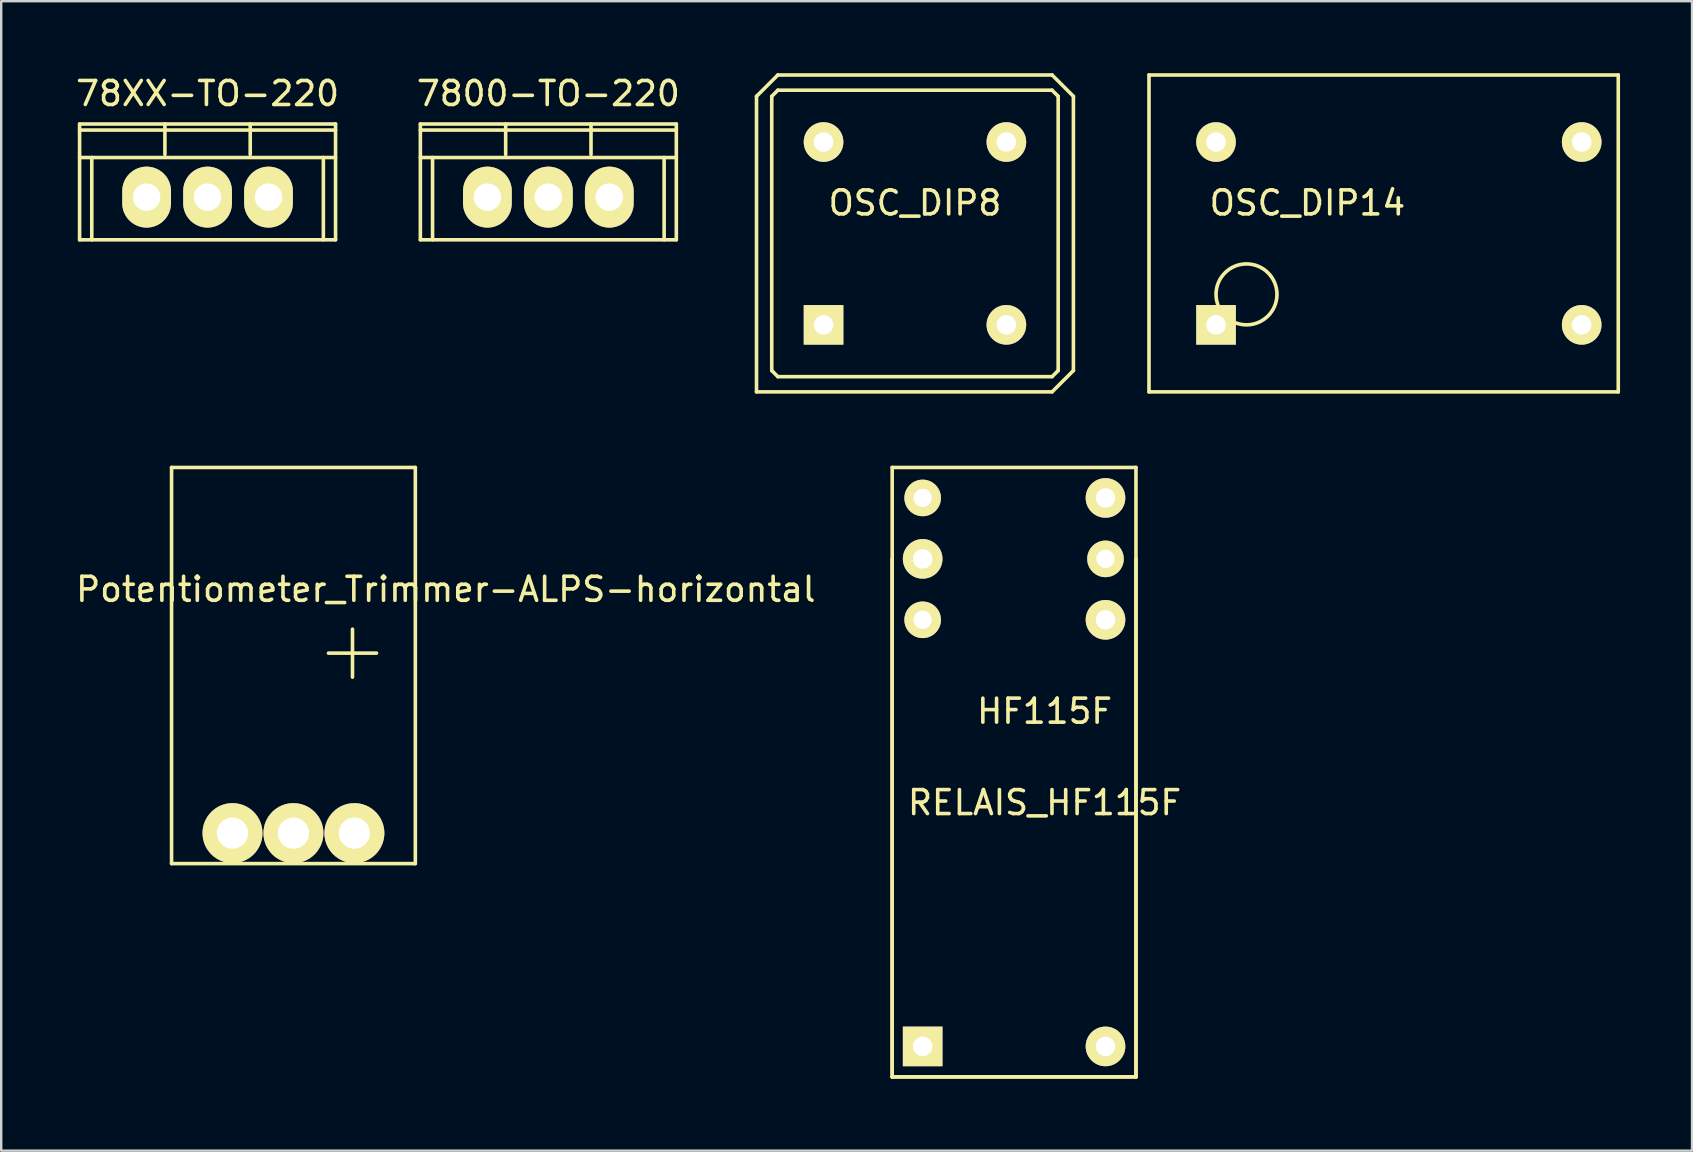
<source format=kicad_pcb>
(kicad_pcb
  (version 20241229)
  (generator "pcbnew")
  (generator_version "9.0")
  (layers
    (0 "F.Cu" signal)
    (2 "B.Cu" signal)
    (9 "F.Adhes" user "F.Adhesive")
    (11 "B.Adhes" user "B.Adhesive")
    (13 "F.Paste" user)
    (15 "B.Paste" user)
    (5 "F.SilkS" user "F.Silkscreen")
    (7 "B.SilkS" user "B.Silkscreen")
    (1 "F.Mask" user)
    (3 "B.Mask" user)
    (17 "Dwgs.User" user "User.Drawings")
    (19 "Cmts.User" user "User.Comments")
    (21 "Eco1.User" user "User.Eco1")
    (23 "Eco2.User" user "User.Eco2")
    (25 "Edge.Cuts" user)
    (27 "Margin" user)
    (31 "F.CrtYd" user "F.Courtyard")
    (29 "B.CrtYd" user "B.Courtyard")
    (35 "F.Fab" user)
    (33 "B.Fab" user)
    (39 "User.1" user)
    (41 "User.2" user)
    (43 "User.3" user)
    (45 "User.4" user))
  (footprint "OSC_DIP14"
    (layer "F.Cu")
    (at 51.442 6.679)
    (property "Reference" "OSC_DIP14" (at 0 -1.27 0) (layer "F.SilkS") (effects (font (size 1 1) (thickness 0.15))))
    (attr through_hole)
    (fp_line (start -6.604 -6.604) (end 12.954 -6.604) (stroke (width 0.15) (type solid)) (layer "F.SilkS"))
    (fp_line (start -6.604 6.604) (end -6.604 -6.604) (stroke (width 0.15) (type solid)) (layer "F.SilkS"))
    (fp_line (start 12.954 -6.604) (end 12.954 6.604) (stroke (width 0.15) (type solid)) (layer "F.SilkS"))
    (fp_line (start 12.954 6.604) (end -6.604 6.604) (stroke (width 0.15) (type solid)) (layer "F.SilkS"))
    (fp_circle (center -2.54 2.54) (end -1.27 2.54) (stroke (width 0.15) (type solid)) (fill no) (layer "F.SilkS"))
    (pad "7" thru_hole circle (at 11.43 3.81) (size 1.651 1.651) (drill 0.813) (layers "*.Cu" "*.Mask" "F.SilkS"))
    (pad "8" thru_hole circle (at 11.43 -3.81) (size 1.651 1.651) (drill 0.813) (layers "*.Cu" "*.Mask" "F.SilkS"))
    (pad "14" thru_hole circle (at -3.81 -3.81) (size 1.651 1.651) (drill 0.813) (layers "*.Cu" "*.Mask" "F.SilkS"))
    (pad "NC" thru_hole rect (at -3.81 3.81) (size 1.651 1.651) (drill 0.813) (layers "*.Cu" "*.Mask" "F.SilkS")))
  (footprint "OSC_DIP8"
    (layer "F.Cu")
    (at 35.084 6.679)
    (property "Reference" "OSC_DIP8" (at 0 -1.27 0) (layer "F.SilkS") (effects (font (size 1 1) (thickness 0.15))))
    (attr through_hole)
    (fp_line (start -6.604 -5.715) (end -6.604 6.604) (stroke (width 0.15) (type solid)) (layer "F.SilkS"))
    (fp_line (start -6.604 6.604) (end 5.715 6.604) (stroke (width 0.15) (type solid)) (layer "F.SilkS"))
    (fp_line (start -5.969 -5.715) (end -5.969 5.715) (stroke (width 0.15) (type solid)) (layer "F.SilkS"))
    (fp_line (start -5.969 5.715) (end -5.715 5.969) (stroke (width 0.15) (type solid)) (layer "F.SilkS"))
    (fp_line (start -5.715 -6.604) (end -6.604 -5.715) (stroke (width 0.15) (type solid)) (layer "F.SilkS"))
    (fp_line (start -5.715 -5.969) (end -5.969 -5.715) (stroke (width 0.15) (type solid)) (layer "F.SilkS"))
    (fp_line (start -5.715 5.969) (end 5.715 5.969) (stroke (width 0.15) (type solid)) (layer "F.SilkS"))
    (fp_line (start 5.715 -6.604) (end -5.715 -6.604) (stroke (width 0.15) (type solid)) (layer "F.SilkS"))
    (fp_line (start 5.715 -5.969) (end -5.715 -5.969) (stroke (width 0.15) (type solid)) (layer "F.SilkS"))
    (fp_line (start 5.715 5.969) (end 5.969 5.715) (stroke (width 0.15) (type solid)) (layer "F.SilkS"))
    (fp_line (start 5.715 6.604) (end 6.604 5.715) (stroke (width 0.15) (type solid)) (layer "F.SilkS"))
    (fp_line (start 5.969 -5.715) (end 5.715 -5.969) (stroke (width 0.15) (type solid)) (layer "F.SilkS"))
    (fp_line (start 5.969 5.715) (end 5.969 -5.715) (stroke (width 0.15) (type solid)) (layer "F.SilkS"))
    (fp_line (start 6.604 -5.715) (end 5.715 -6.604) (stroke (width 0.15) (type solid)) (layer "F.SilkS"))
    (fp_line (start 6.604 5.715) (end 6.604 -5.715) (stroke (width 0.15) (type solid)) (layer "F.SilkS"))
    (pad "1" thru_hole rect (at -3.81 3.81) (size 1.651 1.651) (drill 0.813) (layers "*.Cu" "*.Mask" "F.SilkS"))
    (pad "4" thru_hole circle (at 3.81 3.81) (size 1.651 1.651) (drill 0.813) (layers "*.Cu" "*.Mask" "F.SilkS"))
    (pad "5" thru_hole circle (at 3.81 -3.81) (size 1.651 1.651) (drill 0.813) (layers "*.Cu" "*.Mask" "F.SilkS"))
    (pad "8" thru_hole circle (at -3.81 -3.81) (size 1.651 1.651) (drill 0.813) (layers "*.Cu" "*.Mask" "F.SilkS")))
  (footprint "RELAIS_HF115F"
    (layer "F.Cu")
    (at 40.485 40.563)
    (property "Reference" "RELAIS_HF115F" (at 0 -10.16 0) (layer "F.SilkS") (effects (font (size 1 1) (thickness 0.15))))
    (attr through_hole)
    (fp_line (start -6.35 -24.13) (end -6.35 1.27) (stroke (width 0.15) (type solid)) (layer "F.SilkS"))
    (fp_line (start -6.35 -20.32) (end -6.35 1.27) (stroke (width 0.15) (type solid)) (layer "F.SilkS"))
    (fp_line (start -6.35 1.27) (end 3.81 1.27) (stroke (width 0.15) (type solid)) (layer "F.SilkS"))
    (fp_line (start -6.35 1.27) (end 3.81 1.27) (stroke (width 0.15) (type solid)) (layer "F.SilkS"))
    (fp_line (start 3.81 -24.13) (end -6.35 -24.13) (stroke (width 0.15) (type solid)) (layer "F.SilkS"))
    (fp_line (start 3.81 1.27) (end 3.81 -24.13) (stroke (width 0.15) (type solid)) (layer "F.SilkS"))
    (fp_line (start 3.81 1.27) (end 3.81 -20.32) (stroke (width 0.15) (type solid)) (layer "F.SilkS"))
    (fp_text user "HF115F" (at 0 -13.97 0) (layer "F.SilkS") (effects (font (size 1 1) (thickness 0.15))))
    (pad "1" thru_hole rect (at -5.08 0) (size 1.651 1.651) (drill 0.813) (layers "*.Cu" "*.Mask" "F.SilkS"))
    (pad "2" thru_hole circle (at 2.54 0) (size 1.651 1.651) (drill 0.813) (layers "*.Cu" "*.Mask" "F.SilkS"))
    (pad "3" thru_hole circle (at -5.08 -20.32) (size 1.651 1.651) (drill 0.813) (layers "*.Cu" "*.Mask" "F.SilkS"))
    (pad "3" thru_hole circle (at 2.54 -20.32) (size 1.524 1.524) (drill 0.762) (layers "*.Cu" "*.Mask" "F.SilkS"))
    (pad "4" thru_hole circle (at -5.08 -22.86) (size 1.524 1.524) (drill 0.762) (layers "*.Cu" "*.Mask" "F.SilkS"))
    (pad "4" thru_hole circle (at 2.54 -22.86) (size 1.651 1.651) (drill 0.813) (layers "*.Cu" "*.Mask" "F.SilkS"))
    (pad "5" thru_hole circle (at -5.08 -17.78) (size 1.524 1.524) (drill 0.762) (layers "*.Cu" "*.Mask" "F.SilkS"))
    (pad "5" thru_hole circle (at 2.54 -17.78) (size 1.651 1.651) (drill 0.813) (layers "*.Cu" "*.Mask" "F.SilkS")))
  (footprint "Potentiometer_Trimmer-ALPS-horizontal"
    (layer "F.Cu")
    (at 6.64 31.673)
    (property "Reference" "Potentiometer_Trimmer-ALPS-horizontal" (at 8.89 -10.16 0) (layer "F.SilkS") (effects (font (size 1 1) (thickness 0.15))))
    (attr through_hole)
    (fp_line (start -2.54 -15.24) (end -2.54 1.27) (stroke (width 0.15) (type solid)) (layer "F.SilkS"))
    (fp_line (start -2.54 -15.24) (end 7.62 -15.24) (stroke (width 0.15) (type solid)) (layer "F.SilkS"))
    (fp_line (start -2.54 1.27) (end 7.62 1.27) (stroke (width 0.15) (type solid)) (layer "F.SilkS"))
    (fp_line (start 4 -7.501) (end 6.002 -7.501) (stroke (width 0.15) (type solid)) (layer "F.SilkS"))
    (fp_line (start 5.001 -8.501) (end 5.001 -6.5) (stroke (width 0.15) (type solid)) (layer "F.SilkS"))
    (fp_line (start 7.62 1.27) (end 7.62 -15.24) (stroke (width 0.15) (type solid)) (layer "F.SilkS"))
    (pad "1" thru_hole circle (at 0 0) (size 2.499 2.499) (drill 1.3) (layers "*.Cu" "*.Mask" "F.SilkS"))
    (pad "2" thru_hole circle (at 2.54 0) (size 2.499 2.499) (drill 1.3) (layers "*.Cu" "*.Mask" "F.SilkS"))
    (pad "3" thru_hole circle (at 5.08 0) (size 2.499 2.499) (drill 1.3) (layers "*.Cu" "*.Mask" "F.SilkS")))
  (footprint "7800-TO-220"
    (layer "F.Cu")
    (at 19.804 5.166)
    (property "Reference" "7800-TO-220" (at 0 -4.318 0) (layer "F.SilkS") (effects (font (size 1 1) (thickness 0.15))))
    (attr through_hole)
    (fp_line (start -5.334 -3.048) (end -5.334 1.778) (stroke (width 0.15) (type solid)) (layer "F.SilkS"))
    (fp_line (start -5.334 -1.651) (end 5.334 -1.651) (stroke (width 0.15) (type solid)) (layer "F.SilkS"))
    (fp_line (start -4.826 -1.651) (end -4.826 1.778) (stroke (width 0.15) (type solid)) (layer "F.SilkS"))
    (fp_line (start -1.778 -1.778) (end -1.778 -3.048) (stroke (width 0.15) (type solid)) (layer "F.SilkS"))
    (fp_line (start 1.778 -1.778) (end 1.778 -3.048) (stroke (width 0.15) (type solid)) (layer "F.SilkS"))
    (fp_line (start 4.826 -1.651) (end 4.826 1.778) (stroke (width 0.15) (type solid)) (layer "F.SilkS"))
    (fp_line (start 5.334 -3.048) (end -5.334 -3.048) (stroke (width 0.15) (type solid)) (layer "F.SilkS"))
    (fp_line (start 5.334 -3.048) (end 5.334 1.778) (stroke (width 0.15) (type solid)) (layer "F.SilkS"))
    (fp_line (start 5.334 -2.794) (end -5.334 -2.794) (stroke (width 0.15) (type solid)) (layer "F.SilkS"))
    (fp_line (start 5.334 1.778) (end -5.334 1.778) (stroke (width 0.15) (type solid)) (layer "F.SilkS"))
    (pad "GND" thru_hole oval (at 2.54 0) (size 2.032 2.54) (drill 1.143) (layers "*.Cu" "*.Mask" "F.SilkS"))
    (pad "VI" thru_hole oval (at -2.54 0) (size 2.032 2.54) (drill 1.143) (layers "*.Cu" "*.Mask" "F.SilkS"))
    (pad "VO" thru_hole oval (at 0 0) (size 2.032 2.54) (drill 1.143) (layers "*.Cu" "*.Mask" "F.SilkS")))
  (footprint "78XX-TO-220"
    (layer "F.Cu")
    (at 5.601 5.166)
    (property "Reference" "78XX-TO-220" (at 0 -4.318 0) (layer "F.SilkS") (effects (font (size 1 1) (thickness 0.15))))
    (attr through_hole)
    (fp_line (start -5.334 -3.048) (end -5.334 1.778) (stroke (width 0.15) (type solid)) (layer "F.SilkS"))
    (fp_line (start -5.334 -1.651) (end 5.334 -1.651) (stroke (width 0.15) (type solid)) (layer "F.SilkS"))
    (fp_line (start -4.826 -1.651) (end -4.826 1.778) (stroke (width 0.15) (type solid)) (layer "F.SilkS"))
    (fp_line (start -1.778 -1.778) (end -1.778 -3.048) (stroke (width 0.15) (type solid)) (layer "F.SilkS"))
    (fp_line (start 1.778 -1.778) (end 1.778 -3.048) (stroke (width 0.15) (type solid)) (layer "F.SilkS"))
    (fp_line (start 4.826 -1.651) (end 4.826 1.778) (stroke (width 0.15) (type solid)) (layer "F.SilkS"))
    (fp_line (start 5.334 -3.048) (end -5.334 -3.048) (stroke (width 0.15) (type solid)) (layer "F.SilkS"))
    (fp_line (start 5.334 -3.048) (end 5.334 1.778) (stroke (width 0.15) (type solid)) (layer "F.SilkS"))
    (fp_line (start 5.334 -2.794) (end -5.334 -2.794) (stroke (width 0.15) (type solid)) (layer "F.SilkS"))
    (fp_line (start 5.334 1.778) (end -5.334 1.778) (stroke (width 0.15) (type solid)) (layer "F.SilkS"))
    (pad "GND" thru_hole oval (at 0 0) (size 2.032 2.54) (drill 1.143) (layers "*.Cu" "*.Mask" "F.SilkS"))
    (pad "VI" thru_hole oval (at -2.54 0) (size 2.032 2.54) (drill 1.143) (layers "*.Cu" "*.Mask" "F.SilkS"))
    (pad "VO" thru_hole oval (at 2.54 0) (size 2.032 2.54) (drill 1.143) (layers "*.Cu" "*.Mask" "F.SilkS")))
  (gr_rect
    (start -3 -3)
    (end 67.471 44.908)
    (stroke (width 0.1) (type default))
    (fill no)
    (layer "Edge.Cuts")))
</source>
